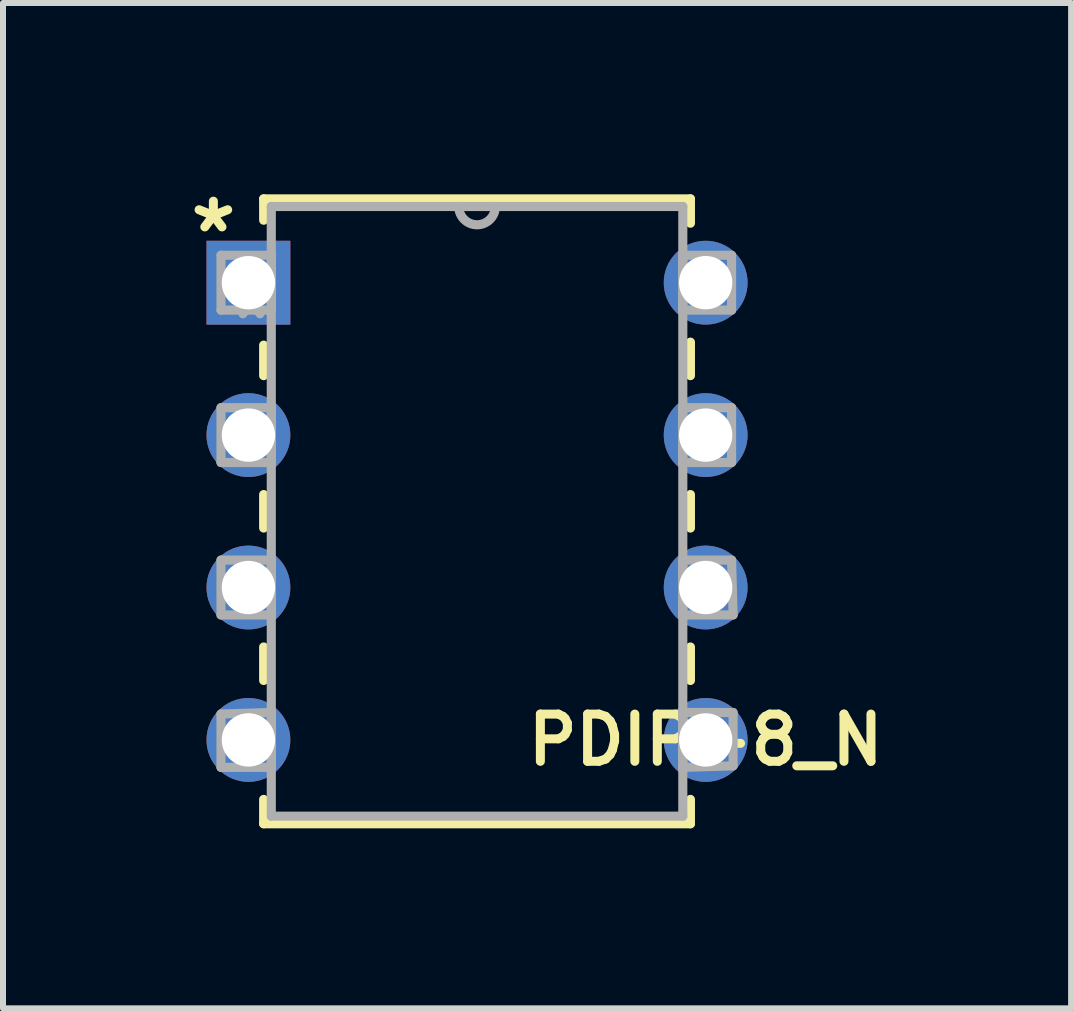
<source format=kicad_pcb>
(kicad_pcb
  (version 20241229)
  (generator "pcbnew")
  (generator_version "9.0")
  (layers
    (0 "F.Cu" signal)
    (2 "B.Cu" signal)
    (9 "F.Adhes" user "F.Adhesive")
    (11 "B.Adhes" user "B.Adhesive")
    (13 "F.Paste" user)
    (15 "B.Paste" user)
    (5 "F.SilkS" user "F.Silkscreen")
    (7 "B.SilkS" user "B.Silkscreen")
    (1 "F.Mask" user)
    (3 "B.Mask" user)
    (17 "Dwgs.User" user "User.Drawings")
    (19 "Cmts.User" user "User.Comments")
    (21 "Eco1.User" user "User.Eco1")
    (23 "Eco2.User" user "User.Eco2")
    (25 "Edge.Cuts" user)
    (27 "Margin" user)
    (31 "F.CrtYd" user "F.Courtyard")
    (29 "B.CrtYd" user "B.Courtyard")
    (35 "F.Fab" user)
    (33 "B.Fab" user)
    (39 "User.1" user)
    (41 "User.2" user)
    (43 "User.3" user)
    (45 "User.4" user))
  (footprint "PDIP-8_N"
    (layer "F.Cu")
    (at 8.71 9.281)
    (property "Reference" "PDIP-8_N" (at 0 0 0) (layer "F.SilkS") (effects (font (size 0.787 0.787) (thickness 0.15))))
    (attr through_hole)
    (fp_line (start -7.366 -9.017) (end -7.366 -8.661) (stroke (width 0.152) (type solid)) (layer "F.SilkS"))
    (fp_line (start -7.366 -6.579) (end -7.366 -6.071) (stroke (width 0.152) (type solid)) (layer "F.SilkS"))
    (fp_line (start -7.366 -4.089) (end -7.366 -3.531) (stroke (width 0.152) (type solid)) (layer "F.SilkS"))
    (fp_line (start -7.366 -1.549) (end -7.366 -0.991) (stroke (width 0.152) (type solid)) (layer "F.SilkS"))
    (fp_line (start -7.366 0.991) (end -7.366 1.397) (stroke (width 0.152) (type solid)) (layer "F.SilkS"))
    (fp_line (start -7.366 1.397) (end -0.254 1.397) (stroke (width 0.152) (type solid)) (layer "F.SilkS"))
    (fp_line (start -0.254 -9.017) (end -7.366 -9.017) (stroke (width 0.152) (type solid)) (layer "F.SilkS"))
    (fp_line (start -0.254 -8.611) (end -0.254 -9.017) (stroke (width 0.152) (type solid)) (layer "F.SilkS"))
    (fp_line (start -0.254 -6.071) (end -0.254 -6.629) (stroke (width 0.152) (type solid)) (layer "F.SilkS"))
    (fp_line (start -0.254 -3.531) (end -0.254 -4.089) (stroke (width 0.152) (type solid)) (layer "F.SilkS"))
    (fp_line (start -0.254 -0.991) (end -0.254 -1.549) (stroke (width 0.152) (type solid)) (layer "F.SilkS"))
    (fp_line (start -0.254 1.397) (end -0.254 0.991) (stroke (width 0.152) (type solid)) (layer "F.SilkS"))
    (fp_line (start -8.077 -8.077) (end -8.077 -7.163) (stroke (width 0.152) (type solid)) (layer "F.Fab"))
    (fp_line (start -8.077 -7.163) (end -7.239 -7.163) (stroke (width 0.152) (type solid)) (layer "F.Fab"))
    (fp_line (start -8.077 -5.537) (end -8.077 -4.623) (stroke (width 0.152) (type solid)) (layer "F.Fab"))
    (fp_line (start -8.077 -4.623) (end -7.239 -4.623) (stroke (width 0.152) (type solid)) (layer "F.Fab"))
    (fp_line (start -8.077 -2.997) (end -8.077 -2.083) (stroke (width 0.152) (type solid)) (layer "F.Fab"))
    (fp_line (start -8.077 -2.083) (end -7.239 -2.083) (stroke (width 0.152) (type solid)) (layer "F.Fab"))
    (fp_line (start -8.077 -0.432) (end -8.077 0.457) (stroke (width 0.152) (type solid)) (layer "F.Fab"))
    (fp_line (start -8.077 0.457) (end -7.239 0.457) (stroke (width 0.152) (type solid)) (layer "F.Fab"))
    (fp_line (start -7.239 -8.89) (end -7.239 1.27) (stroke (width 0.152) (type solid)) (layer "F.Fab"))
    (fp_line (start -7.239 -8.077) (end -8.077 -8.077) (stroke (width 0.152) (type solid)) (layer "F.Fab"))
    (fp_line (start -7.239 -7.163) (end -7.239 -8.077) (stroke (width 0.152) (type solid)) (layer "F.Fab"))
    (fp_line (start -7.239 -5.537) (end -8.077 -5.537) (stroke (width 0.152) (type solid)) (layer "F.Fab"))
    (fp_line (start -7.239 -4.623) (end -7.239 -5.537) (stroke (width 0.152) (type solid)) (layer "F.Fab"))
    (fp_line (start -7.239 -2.997) (end -8.077 -2.997) (stroke (width 0.152) (type solid)) (layer "F.Fab"))
    (fp_line (start -7.239 -2.083) (end -7.239 -2.997) (stroke (width 0.152) (type solid)) (layer "F.Fab"))
    (fp_line (start -7.239 -0.457) (end -8.077 -0.432) (stroke (width 0.152) (type solid)) (layer "F.Fab"))
    (fp_line (start -7.239 0.457) (end -7.239 -0.457) (stroke (width 0.152) (type solid)) (layer "F.Fab"))
    (fp_line (start -7.239 1.27) (end -0.381 1.27) (stroke (width 0.152) (type solid)) (layer "F.Fab"))
    (fp_line (start -4.115 -8.89) (end -7.239 -8.89) (stroke (width 0.152) (type solid)) (layer "F.Fab"))
    (fp_line (start -3.505 -8.89) (end -4.115 -8.89) (stroke (width 0.152) (type solid)) (layer "F.Fab"))
    (fp_line (start -0.381 -8.89) (end -3.505 -8.89) (stroke (width 0.152) (type solid)) (layer "F.Fab"))
    (fp_line (start -0.381 -8.077) (end -0.381 -7.163) (stroke (width 0.152) (type solid)) (layer "F.Fab"))
    (fp_line (start -0.381 -7.163) (end 0.432 -7.163) (stroke (width 0.152) (type solid)) (layer "F.Fab"))
    (fp_line (start -0.381 -5.537) (end -0.381 -4.623) (stroke (width 0.152) (type solid)) (layer "F.Fab"))
    (fp_line (start -0.381 -4.623) (end 0.432 -4.623) (stroke (width 0.152) (type solid)) (layer "F.Fab"))
    (fp_line (start -0.381 -2.997) (end -0.381 -2.083) (stroke (width 0.152) (type solid)) (layer "F.Fab"))
    (fp_line (start -0.381 -2.083) (end 0.457 -2.083) (stroke (width 0.152) (type solid)) (layer "F.Fab"))
    (fp_line (start -0.381 -0.457) (end -0.381 0.457) (stroke (width 0.152) (type solid)) (layer "F.Fab"))
    (fp_line (start -0.381 0.457) (end 0.457 0.432) (stroke (width 0.152) (type solid)) (layer "F.Fab"))
    (fp_line (start -0.381 1.27) (end -0.381 -8.89) (stroke (width 0.152) (type solid)) (layer "F.Fab"))
    (fp_line (start 0.432 -8.077) (end -0.381 -8.077) (stroke (width 0.152) (type solid)) (layer "F.Fab"))
    (fp_line (start 0.432 -7.163) (end 0.432 -8.077) (stroke (width 0.152) (type solid)) (layer "F.Fab"))
    (fp_line (start 0.432 -5.537) (end -0.381 -5.537) (stroke (width 0.152) (type solid)) (layer "F.Fab"))
    (fp_line (start 0.432 -4.623) (end 0.432 -5.537) (stroke (width 0.152) (type solid)) (layer "F.Fab"))
    (fp_line (start 0.432 -2.997) (end -0.381 -2.997) (stroke (width 0.152) (type solid)) (layer "F.Fab"))
    (fp_line (start 0.457 -2.083) (end 0.432 -2.997) (stroke (width 0.152) (type solid)) (layer "F.Fab"))
    (fp_line (start 0.457 -0.457) (end -0.381 -0.457) (stroke (width 0.152) (type solid)) (layer "F.Fab"))
    (fp_line (start 0.457 0.432) (end 0.457 -0.457) (stroke (width 0.152) (type solid)) (layer "F.Fab"))
    (fp_arc (start -3.5052 -8.89) (mid -3.81 -8.5852) (end -4.1148 -8.89) (stroke (width 0.1524) (type solid)) (layer "F.Fab"))
    (fp_text user "*" (at -8.204 -8.433 0) (layer "F.SilkS") (effects (font (size 1 1) (thickness 0.15))))
    (fp_text user "*" (at -7.569 -6.985 0) (layer "F.Fab") (effects (font (size 1 1) (thickness 0.15))))
    (pad "1" thru_hole rect (at -7.62 -7.62) (size 1.397 1.397) (drill 0.889) (layers "*.Cu" "*.Mask"))
    (pad "2" thru_hole circle (at -7.62 -5.08) (size 1.397 1.397) (drill 0.889) (layers "*.Cu" "*.Mask"))
    (pad "3" thru_hole circle (at -7.62 -2.54) (size 1.397 1.397) (drill 0.889) (layers "*.Cu" "*.Mask"))
    (pad "4" thru_hole circle (at -7.62 0) (size 1.397 1.397) (drill 0.889) (layers "*.Cu" "*.Mask"))
    (pad "5" thru_hole circle (at 0 0) (size 1.397 1.397) (drill 0.889) (layers "*.Cu" "*.Mask"))
    (pad "6" thru_hole circle (at 0 -2.54) (size 1.397 1.397) (drill 0.889) (layers "*.Cu" "*.Mask"))
    (pad "7" thru_hole circle (at 0 -5.08) (size 1.397 1.397) (drill 0.889) (layers "*.Cu" "*.Mask"))
    (pad "8" thru_hole circle (at 0 -7.62) (size 1.397 1.397) (drill 0.889) (layers "*.Cu" "*.Mask")))
  (gr_rect
    (start -3 -3)
    (end 14.8 13.754)
    (stroke (width 0.1) (type default))
    (fill no)
    (layer "Edge.Cuts")))
</source>
